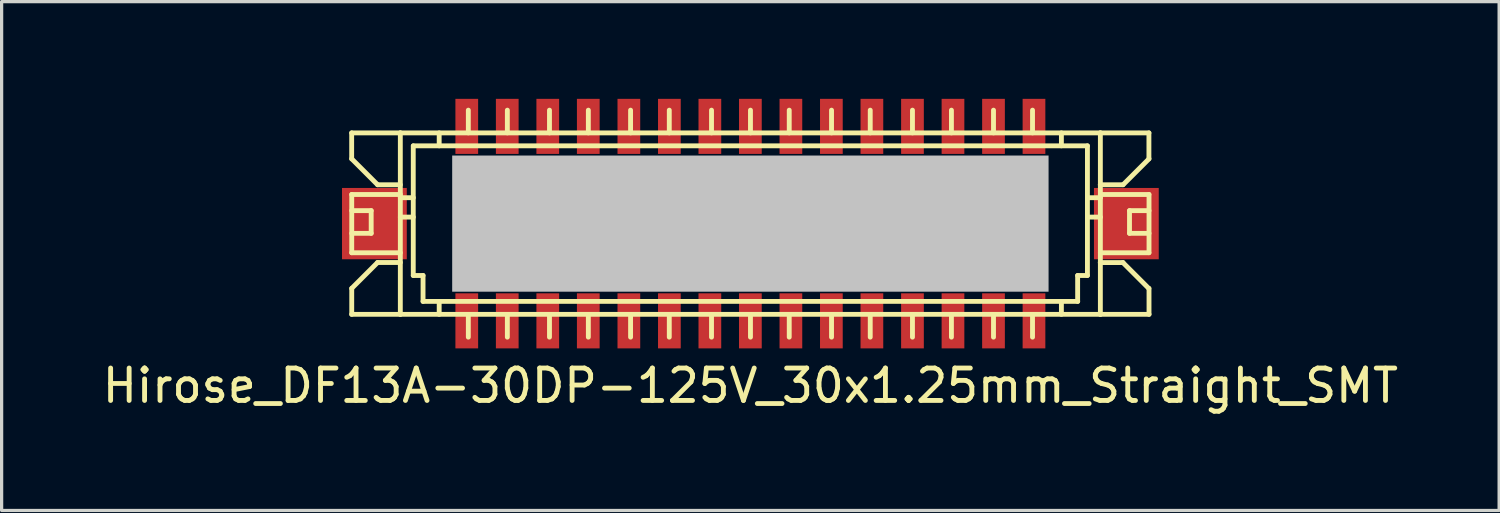
<source format=kicad_pcb>
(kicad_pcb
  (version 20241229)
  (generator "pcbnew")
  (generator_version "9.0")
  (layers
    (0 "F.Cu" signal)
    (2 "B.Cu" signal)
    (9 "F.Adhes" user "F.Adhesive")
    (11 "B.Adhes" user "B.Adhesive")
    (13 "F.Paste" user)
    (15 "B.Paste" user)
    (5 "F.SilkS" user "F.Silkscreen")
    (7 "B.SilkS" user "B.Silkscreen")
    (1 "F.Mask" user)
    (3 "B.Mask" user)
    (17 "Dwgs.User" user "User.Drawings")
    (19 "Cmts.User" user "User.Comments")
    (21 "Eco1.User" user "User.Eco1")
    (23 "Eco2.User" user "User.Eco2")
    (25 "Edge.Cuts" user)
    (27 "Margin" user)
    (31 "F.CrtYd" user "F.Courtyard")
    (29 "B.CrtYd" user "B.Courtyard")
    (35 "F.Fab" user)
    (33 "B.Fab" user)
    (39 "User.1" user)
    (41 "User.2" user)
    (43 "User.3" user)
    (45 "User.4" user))
  (footprint "Hirose_DF13A-30DP-125V_30x1.25mm_Straight_SMT"
    (layer "F.Cu")
    (at 20.101 3.849)
    (property "Reference" "Hirose_DF13A-30DP-125V_30x1.25mm_Straight_SMT" (at 0 5.001 0) (layer "F.SilkS") (effects (font (size 1 1) (thickness 0.15))))
    (attr smd)
    (fp_line (start -12.301 -2.799) (end -12.301 -1.999) (stroke (width 0.15) (type solid)) (layer "F.SilkS"))
    (fp_line (start -12.301 -1.999) (end -11.501 -1.199) (stroke (width 0.15) (type solid)) (layer "F.SilkS"))
    (fp_line (start -12.301 -0.899) (end -10.8 -0.899) (stroke (width 0.15) (type solid)) (layer "F.SilkS"))
    (fp_line (start -12.301 0.899) (end -10.8 0.899) (stroke (width 0.15) (type solid)) (layer "F.SilkS"))
    (fp_line (start -12.301 2.799) (end -10.8 2.799) (stroke (width 0.15) (type solid)) (layer "F.SilkS"))
    (fp_line (start -12.299 -0.401) (end -11.699 -0.401) (stroke (width 0.15) (type solid)) (layer "F.SilkS"))
    (fp_line (start -12.299 0.899) (end -12.299 -0.899) (stroke (width 0.15) (type solid)) (layer "F.SilkS"))
    (fp_line (start -12.299 2.799) (end -12.299 1.999) (stroke (width 0.15) (type solid)) (layer "F.SilkS"))
    (fp_line (start -11.699 -0.401) (end -11.699 0.3) (stroke (width 0.15) (type solid)) (layer "F.SilkS"))
    (fp_line (start -11.699 0.3) (end -12.299 0.3) (stroke (width 0.15) (type solid)) (layer "F.SilkS"))
    (fp_line (start -11.501 -1.199) (end -10.8 -1.199) (stroke (width 0.15) (type solid)) (layer "F.SilkS"))
    (fp_line (start -11.501 1.199) (end -12.301 1.999) (stroke (width 0.15) (type solid)) (layer "F.SilkS"))
    (fp_line (start -10.8 -2.799) (end -12.301 -2.799) (stroke (width 0.15) (type solid)) (layer "F.SilkS"))
    (fp_line (start -10.8 -2.799) (end -10.8 2.799) (stroke (width 0.15) (type solid)) (layer "F.SilkS"))
    (fp_line (start -10.8 -2.799) (end 10.8 -2.799) (stroke (width 0.15) (type solid)) (layer "F.SilkS"))
    (fp_line (start -10.8 -0.8) (end -10.399 -0.8) (stroke (width 0.15) (type solid)) (layer "F.SilkS"))
    (fp_line (start -10.8 -0.201) (end -10.399 -0.201) (stroke (width 0.15) (type solid)) (layer "F.SilkS"))
    (fp_line (start -10.8 1.199) (end -11.501 1.199) (stroke (width 0.15) (type solid)) (layer "F.SilkS"))
    (fp_line (start -10.401 1.6) (end -10.401 -2.4) (stroke (width 0.15) (type solid)) (layer "F.SilkS"))
    (fp_line (start -10.099 1.6) (end -10.401 1.6) (stroke (width 0.15) (type solid)) (layer "F.SilkS"))
    (fp_line (start -10.099 2.4) (end -10.099 1.6) (stroke (width 0.15) (type solid)) (layer "F.SilkS"))
    (fp_line (start -10.099 2.4) (end 10.099 2.4) (stroke (width 0.15) (type solid)) (layer "F.SilkS"))
    (fp_line (start -9.601 -2.799) (end -9.601 -2.4) (stroke (width 0.15) (type solid)) (layer "F.SilkS"))
    (fp_line (start -9.601 2.4) (end -9.601 2.799) (stroke (width 0.15) (type solid)) (layer "F.SilkS"))
    (fp_line (start -8.801 -0.701) (end -8.801 -0.5) (stroke (width 0.15) (type solid)) (layer "F.SilkS"))
    (fp_line (start -8.801 -0.5) (end -8.6 -0.5) (stroke (width 0.15) (type solid)) (layer "F.SilkS"))
    (fp_line (start -8.801 0.498) (end -8.801 0.699) (stroke (width 0.15) (type solid)) (layer "F.SilkS"))
    (fp_line (start -8.801 0.699) (end -8.6 0.699) (stroke (width 0.15) (type solid)) (layer "F.SilkS"))
    (fp_line (start -8.702 -3.5) (end -8.702 -2.799) (stroke (width 0.15) (type solid)) (layer "F.SilkS"))
    (fp_line (start -8.702 2.802) (end -8.702 3.503) (stroke (width 0.15) (type solid)) (layer "F.SilkS"))
    (fp_line (start -8.6 -0.701) (end -8.801 -0.701) (stroke (width 0.15) (type solid)) (layer "F.SilkS"))
    (fp_line (start -8.6 -0.5) (end -8.6 -0.701) (stroke (width 0.15) (type solid)) (layer "F.SilkS"))
    (fp_line (start -8.6 0.498) (end -8.801 0.498) (stroke (width 0.15) (type solid)) (layer "F.SilkS"))
    (fp_line (start -8.6 0.699) (end -8.6 0.498) (stroke (width 0.15) (type solid)) (layer "F.SilkS"))
    (fp_line (start -7.6 -0.699) (end -7.402 -0.699) (stroke (width 0.15) (type solid)) (layer "F.SilkS"))
    (fp_line (start -7.6 -0.5) (end -7.6 -0.699) (stroke (width 0.15) (type solid)) (layer "F.SilkS"))
    (fp_line (start -7.6 0.5) (end -7.402 0.5) (stroke (width 0.15) (type solid)) (layer "F.SilkS"))
    (fp_line (start -7.6 0.699) (end -7.6 0.5) (stroke (width 0.15) (type solid)) (layer "F.SilkS"))
    (fp_line (start -7.498 -3.5) (end -7.498 -2.799) (stroke (width 0.15) (type solid)) (layer "F.SilkS"))
    (fp_line (start -7.498 2.802) (end -7.498 3.503) (stroke (width 0.15) (type solid)) (layer "F.SilkS"))
    (fp_line (start -7.402 -0.699) (end -7.402 -0.5) (stroke (width 0.15) (type solid)) (layer "F.SilkS"))
    (fp_line (start -7.402 -0.5) (end -7.6 -0.5) (stroke (width 0.15) (type solid)) (layer "F.SilkS"))
    (fp_line (start -7.402 0.5) (end -7.402 0.699) (stroke (width 0.15) (type solid)) (layer "F.SilkS"))
    (fp_line (start -7.402 0.699) (end -7.6 0.699) (stroke (width 0.15) (type solid)) (layer "F.SilkS"))
    (fp_line (start -6.302 -0.699) (end -6.104 -0.699) (stroke (width 0.15) (type solid)) (layer "F.SilkS"))
    (fp_line (start -6.302 -0.5) (end -6.302 -0.699) (stroke (width 0.15) (type solid)) (layer "F.SilkS"))
    (fp_line (start -6.302 0.5) (end -6.104 0.5) (stroke (width 0.15) (type solid)) (layer "F.SilkS"))
    (fp_line (start -6.302 0.699) (end -6.302 0.5) (stroke (width 0.15) (type solid)) (layer "F.SilkS"))
    (fp_line (start -6.198 -3.5) (end -6.198 -2.799) (stroke (width 0.15) (type solid)) (layer "F.SilkS"))
    (fp_line (start -6.198 2.802) (end -6.198 3.503) (stroke (width 0.15) (type solid)) (layer "F.SilkS"))
    (fp_line (start -6.104 -0.699) (end -6.104 -0.5) (stroke (width 0.15) (type solid)) (layer "F.SilkS"))
    (fp_line (start -6.104 -0.5) (end -6.302 -0.5) (stroke (width 0.15) (type solid)) (layer "F.SilkS"))
    (fp_line (start -6.104 0.5) (end -6.104 0.699) (stroke (width 0.15) (type solid)) (layer "F.SilkS"))
    (fp_line (start -6.104 0.699) (end -6.302 0.699) (stroke (width 0.15) (type solid)) (layer "F.SilkS"))
    (fp_line (start -5.1 -0.699) (end -4.902 -0.699) (stroke (width 0.15) (type solid)) (layer "F.SilkS"))
    (fp_line (start -5.1 -0.5) (end -5.1 -0.699) (stroke (width 0.15) (type solid)) (layer "F.SilkS"))
    (fp_line (start -5.1 0.5) (end -4.902 0.5) (stroke (width 0.15) (type solid)) (layer "F.SilkS"))
    (fp_line (start -5.1 0.699) (end -5.1 0.5) (stroke (width 0.15) (type solid)) (layer "F.SilkS"))
    (fp_line (start -4.999 -3.5) (end -4.999 -2.799) (stroke (width 0.15) (type solid)) (layer "F.SilkS"))
    (fp_line (start -4.999 2.802) (end -4.999 3.503) (stroke (width 0.15) (type solid)) (layer "F.SilkS"))
    (fp_line (start -4.902 -0.699) (end -4.902 -0.5) (stroke (width 0.15) (type solid)) (layer "F.SilkS"))
    (fp_line (start -4.902 -0.5) (end -5.1 -0.5) (stroke (width 0.15) (type solid)) (layer "F.SilkS"))
    (fp_line (start -4.902 0.5) (end -4.902 0.699) (stroke (width 0.15) (type solid)) (layer "F.SilkS"))
    (fp_line (start -4.902 0.699) (end -5.1 0.699) (stroke (width 0.15) (type solid)) (layer "F.SilkS"))
    (fp_line (start -3.797 -0.701) (end -3.597 -0.701) (stroke (width 0.15) (type solid)) (layer "F.SilkS"))
    (fp_line (start -3.797 -0.5) (end -3.797 -0.701) (stroke (width 0.15) (type solid)) (layer "F.SilkS"))
    (fp_line (start -3.797 0.498) (end -3.597 0.498) (stroke (width 0.15) (type solid)) (layer "F.SilkS"))
    (fp_line (start -3.797 0.699) (end -3.797 0.498) (stroke (width 0.15) (type solid)) (layer "F.SilkS"))
    (fp_line (start -3.696 -3.5) (end -3.696 -2.799) (stroke (width 0.15) (type solid)) (layer "F.SilkS"))
    (fp_line (start -3.696 2.802) (end -3.696 3.503) (stroke (width 0.15) (type solid)) (layer "F.SilkS"))
    (fp_line (start -3.597 -0.701) (end -3.597 -0.5) (stroke (width 0.15) (type solid)) (layer "F.SilkS"))
    (fp_line (start -3.597 -0.5) (end -3.797 -0.5) (stroke (width 0.15) (type solid)) (layer "F.SilkS"))
    (fp_line (start -3.597 0.498) (end -3.597 0.699) (stroke (width 0.15) (type solid)) (layer "F.SilkS"))
    (fp_line (start -3.597 0.699) (end -3.797 0.699) (stroke (width 0.15) (type solid)) (layer "F.SilkS"))
    (fp_line (start -2.601 -0.704) (end -2.601 -0.503) (stroke (width 0.15) (type solid)) (layer "F.SilkS"))
    (fp_line (start -2.601 -0.503) (end -2.4 -0.503) (stroke (width 0.15) (type solid)) (layer "F.SilkS"))
    (fp_line (start -2.601 0.495) (end -2.601 0.696) (stroke (width 0.15) (type solid)) (layer "F.SilkS"))
    (fp_line (start -2.601 0.696) (end -2.4 0.696) (stroke (width 0.15) (type solid)) (layer "F.SilkS"))
    (fp_line (start -2.502 -3.5) (end -2.502 -2.799) (stroke (width 0.15) (type solid)) (layer "F.SilkS"))
    (fp_line (start -2.502 2.802) (end -2.502 3.503) (stroke (width 0.15) (type solid)) (layer "F.SilkS"))
    (fp_line (start -2.4 -0.704) (end -2.601 -0.704) (stroke (width 0.15) (type solid)) (layer "F.SilkS"))
    (fp_line (start -2.4 -0.503) (end -2.4 -0.704) (stroke (width 0.15) (type solid)) (layer "F.SilkS"))
    (fp_line (start -2.4 0.495) (end -2.601 0.495) (stroke (width 0.15) (type solid)) (layer "F.SilkS"))
    (fp_line (start -2.4 0.696) (end -2.4 0.495) (stroke (width 0.15) (type solid)) (layer "F.SilkS"))
    (fp_line (start -1.3 -0.701) (end -1.102 -0.701) (stroke (width 0.15) (type solid)) (layer "F.SilkS"))
    (fp_line (start -1.3 -0.503) (end -1.3 -0.701) (stroke (width 0.15) (type solid)) (layer "F.SilkS"))
    (fp_line (start -1.3 0.498) (end -1.102 0.498) (stroke (width 0.15) (type solid)) (layer "F.SilkS"))
    (fp_line (start -1.3 0.696) (end -1.3 0.498) (stroke (width 0.15) (type solid)) (layer "F.SilkS"))
    (fp_line (start -1.199 -3.5) (end -1.199 -2.799) (stroke (width 0.15) (type solid)) (layer "F.SilkS"))
    (fp_line (start -1.199 2.802) (end -1.199 3.503) (stroke (width 0.15) (type solid)) (layer "F.SilkS"))
    (fp_line (start -1.102 -0.701) (end -1.102 -0.503) (stroke (width 0.15) (type solid)) (layer "F.SilkS"))
    (fp_line (start -1.102 -0.503) (end -1.3 -0.503) (stroke (width 0.15) (type solid)) (layer "F.SilkS"))
    (fp_line (start -1.102 0.498) (end -1.102 0.696) (stroke (width 0.15) (type solid)) (layer "F.SilkS"))
    (fp_line (start -1.102 0.696) (end -1.3 0.696) (stroke (width 0.15) (type solid)) (layer "F.SilkS"))
    (fp_line (start -0.102 -0.701) (end 0.097 -0.701) (stroke (width 0.15) (type solid)) (layer "F.SilkS"))
    (fp_line (start -0.102 -0.503) (end -0.102 -0.701) (stroke (width 0.15) (type solid)) (layer "F.SilkS"))
    (fp_line (start -0.102 0.498) (end 0.097 0.498) (stroke (width 0.15) (type solid)) (layer "F.SilkS"))
    (fp_line (start -0.102 0.696) (end -0.102 0.498) (stroke (width 0.15) (type solid)) (layer "F.SilkS"))
    (fp_line (start 0.003 -3.5) (end 0.003 -2.799) (stroke (width 0.15) (type solid)) (layer "F.SilkS"))
    (fp_line (start 0.003 2.802) (end 0.003 3.503) (stroke (width 0.15) (type solid)) (layer "F.SilkS"))
    (fp_line (start 0.097 -0.701) (end 0.097 -0.503) (stroke (width 0.15) (type solid)) (layer "F.SilkS"))
    (fp_line (start 0.097 -0.503) (end -0.102 -0.503) (stroke (width 0.15) (type solid)) (layer "F.SilkS"))
    (fp_line (start 0.097 0.498) (end 0.097 0.696) (stroke (width 0.15) (type solid)) (layer "F.SilkS"))
    (fp_line (start 0.097 0.696) (end -0.102 0.696) (stroke (width 0.15) (type solid)) (layer "F.SilkS"))
    (fp_line (start 1.097 -0.701) (end 1.295 -0.701) (stroke (width 0.15) (type solid)) (layer "F.SilkS"))
    (fp_line (start 1.097 -0.503) (end 1.097 -0.701) (stroke (width 0.15) (type solid)) (layer "F.SilkS"))
    (fp_line (start 1.097 0.498) (end 1.295 0.498) (stroke (width 0.15) (type solid)) (layer "F.SilkS"))
    (fp_line (start 1.097 0.696) (end 1.097 0.498) (stroke (width 0.15) (type solid)) (layer "F.SilkS"))
    (fp_line (start 1.199 -3.5) (end 1.199 -2.799) (stroke (width 0.15) (type solid)) (layer "F.SilkS"))
    (fp_line (start 1.199 2.802) (end 1.199 3.503) (stroke (width 0.15) (type solid)) (layer "F.SilkS"))
    (fp_line (start 1.295 -0.701) (end 1.295 -0.503) (stroke (width 0.15) (type solid)) (layer "F.SilkS"))
    (fp_line (start 1.295 -0.503) (end 1.097 -0.503) (stroke (width 0.15) (type solid)) (layer "F.SilkS"))
    (fp_line (start 1.295 0.498) (end 1.295 0.696) (stroke (width 0.15) (type solid)) (layer "F.SilkS"))
    (fp_line (start 1.295 0.696) (end 1.097 0.696) (stroke (width 0.15) (type solid)) (layer "F.SilkS"))
    (fp_line (start 2.4 -0.704) (end 2.601 -0.704) (stroke (width 0.15) (type solid)) (layer "F.SilkS"))
    (fp_line (start 2.4 -0.503) (end 2.4 -0.704) (stroke (width 0.15) (type solid)) (layer "F.SilkS"))
    (fp_line (start 2.4 0.495) (end 2.601 0.495) (stroke (width 0.15) (type solid)) (layer "F.SilkS"))
    (fp_line (start 2.4 0.696) (end 2.4 0.495) (stroke (width 0.15) (type solid)) (layer "F.SilkS"))
    (fp_line (start 2.504 -3.5) (end 2.504 -2.799) (stroke (width 0.15) (type solid)) (layer "F.SilkS"))
    (fp_line (start 2.504 2.802) (end 2.504 3.503) (stroke (width 0.15) (type solid)) (layer "F.SilkS"))
    (fp_line (start 2.601 -0.704) (end 2.601 -0.503) (stroke (width 0.15) (type solid)) (layer "F.SilkS"))
    (fp_line (start 2.601 -0.503) (end 2.4 -0.503) (stroke (width 0.15) (type solid)) (layer "F.SilkS"))
    (fp_line (start 2.601 0.495) (end 2.601 0.696) (stroke (width 0.15) (type solid)) (layer "F.SilkS"))
    (fp_line (start 2.601 0.696) (end 2.4 0.696) (stroke (width 0.15) (type solid)) (layer "F.SilkS"))
    (fp_line (start 3.599 -0.704) (end 3.599 -0.503) (stroke (width 0.15) (type solid)) (layer "F.SilkS"))
    (fp_line (start 3.599 -0.503) (end 3.8 -0.503) (stroke (width 0.15) (type solid)) (layer "F.SilkS"))
    (fp_line (start 3.599 0.495) (end 3.599 0.696) (stroke (width 0.15) (type solid)) (layer "F.SilkS"))
    (fp_line (start 3.599 0.696) (end 3.8 0.696) (stroke (width 0.15) (type solid)) (layer "F.SilkS"))
    (fp_line (start 3.698 -3.5) (end 3.698 -2.799) (stroke (width 0.15) (type solid)) (layer "F.SilkS"))
    (fp_line (start 3.698 2.802) (end 3.698 3.503) (stroke (width 0.15) (type solid)) (layer "F.SilkS"))
    (fp_line (start 3.8 -0.704) (end 3.599 -0.704) (stroke (width 0.15) (type solid)) (layer "F.SilkS"))
    (fp_line (start 3.8 -0.503) (end 3.8 -0.704) (stroke (width 0.15) (type solid)) (layer "F.SilkS"))
    (fp_line (start 3.8 0.495) (end 3.599 0.495) (stroke (width 0.15) (type solid)) (layer "F.SilkS"))
    (fp_line (start 3.8 0.696) (end 3.8 0.495) (stroke (width 0.15) (type solid)) (layer "F.SilkS"))
    (fp_line (start 4.9 -0.701) (end 5.098 -0.701) (stroke (width 0.15) (type solid)) (layer "F.SilkS"))
    (fp_line (start 4.9 -0.503) (end 4.9 -0.701) (stroke (width 0.15) (type solid)) (layer "F.SilkS"))
    (fp_line (start 4.9 0.498) (end 5.098 0.498) (stroke (width 0.15) (type solid)) (layer "F.SilkS"))
    (fp_line (start 4.9 0.696) (end 4.9 0.498) (stroke (width 0.15) (type solid)) (layer "F.SilkS"))
    (fp_line (start 5.001 -3.5) (end 5.001 -2.799) (stroke (width 0.15) (type solid)) (layer "F.SilkS"))
    (fp_line (start 5.001 2.802) (end 5.001 3.503) (stroke (width 0.15) (type solid)) (layer "F.SilkS"))
    (fp_line (start 5.098 -0.701) (end 5.098 -0.503) (stroke (width 0.15) (type solid)) (layer "F.SilkS"))
    (fp_line (start 5.098 -0.503) (end 4.9 -0.503) (stroke (width 0.15) (type solid)) (layer "F.SilkS"))
    (fp_line (start 5.098 0.498) (end 5.098 0.696) (stroke (width 0.15) (type solid)) (layer "F.SilkS"))
    (fp_line (start 5.098 0.696) (end 4.9 0.696) (stroke (width 0.15) (type solid)) (layer "F.SilkS"))
    (fp_line (start 6.099 -0.701) (end 6.297 -0.701) (stroke (width 0.15) (type solid)) (layer "F.SilkS"))
    (fp_line (start 6.099 -0.503) (end 6.099 -0.701) (stroke (width 0.15) (type solid)) (layer "F.SilkS"))
    (fp_line (start 6.099 0.498) (end 6.297 0.498) (stroke (width 0.15) (type solid)) (layer "F.SilkS"))
    (fp_line (start 6.099 0.696) (end 6.099 0.498) (stroke (width 0.15) (type solid)) (layer "F.SilkS"))
    (fp_line (start 6.203 -3.5) (end 6.203 -2.799) (stroke (width 0.15) (type solid)) (layer "F.SilkS"))
    (fp_line (start 6.203 2.802) (end 6.203 3.503) (stroke (width 0.15) (type solid)) (layer "F.SilkS"))
    (fp_line (start 6.297 -0.701) (end 6.297 -0.503) (stroke (width 0.15) (type solid)) (layer "F.SilkS"))
    (fp_line (start 6.297 -0.503) (end 6.099 -0.503) (stroke (width 0.15) (type solid)) (layer "F.SilkS"))
    (fp_line (start 6.297 0.498) (end 6.297 0.696) (stroke (width 0.15) (type solid)) (layer "F.SilkS"))
    (fp_line (start 6.297 0.696) (end 6.099 0.696) (stroke (width 0.15) (type solid)) (layer "F.SilkS"))
    (fp_line (start 7.396 -0.701) (end 7.595 -0.701) (stroke (width 0.15) (type solid)) (layer "F.SilkS"))
    (fp_line (start 7.396 -0.503) (end 7.396 -0.701) (stroke (width 0.15) (type solid)) (layer "F.SilkS"))
    (fp_line (start 7.396 0.498) (end 7.595 0.498) (stroke (width 0.15) (type solid)) (layer "F.SilkS"))
    (fp_line (start 7.396 0.696) (end 7.396 0.498) (stroke (width 0.15) (type solid)) (layer "F.SilkS"))
    (fp_line (start 7.501 -3.5) (end 7.501 -2.799) (stroke (width 0.15) (type solid)) (layer "F.SilkS"))
    (fp_line (start 7.501 2.802) (end 7.501 3.503) (stroke (width 0.15) (type solid)) (layer "F.SilkS"))
    (fp_line (start 7.595 -0.701) (end 7.595 -0.503) (stroke (width 0.15) (type solid)) (layer "F.SilkS"))
    (fp_line (start 7.595 -0.503) (end 7.396 -0.503) (stroke (width 0.15) (type solid)) (layer "F.SilkS"))
    (fp_line (start 7.595 0.498) (end 7.595 0.696) (stroke (width 0.15) (type solid)) (layer "F.SilkS"))
    (fp_line (start 7.595 0.696) (end 7.396 0.696) (stroke (width 0.15) (type solid)) (layer "F.SilkS"))
    (fp_line (start 8.6 -0.704) (end 8.801 -0.704) (stroke (width 0.15) (type solid)) (layer "F.SilkS"))
    (fp_line (start 8.6 -0.503) (end 8.6 -0.704) (stroke (width 0.15) (type solid)) (layer "F.SilkS"))
    (fp_line (start 8.6 0.495) (end 8.801 0.495) (stroke (width 0.15) (type solid)) (layer "F.SilkS"))
    (fp_line (start 8.6 0.696) (end 8.6 0.495) (stroke (width 0.15) (type solid)) (layer "F.SilkS"))
    (fp_line (start 8.705 -3.5) (end 8.705 -2.799) (stroke (width 0.15) (type solid)) (layer "F.SilkS"))
    (fp_line (start 8.705 2.802) (end 8.705 3.503) (stroke (width 0.15) (type solid)) (layer "F.SilkS"))
    (fp_line (start 8.801 -0.704) (end 8.801 -0.503) (stroke (width 0.15) (type solid)) (layer "F.SilkS"))
    (fp_line (start 8.801 -0.503) (end 8.6 -0.503) (stroke (width 0.15) (type solid)) (layer "F.SilkS"))
    (fp_line (start 8.801 0.495) (end 8.801 0.696) (stroke (width 0.15) (type solid)) (layer "F.SilkS"))
    (fp_line (start 8.801 0.696) (end 8.6 0.696) (stroke (width 0.15) (type solid)) (layer "F.SilkS"))
    (fp_line (start 9.596 -2.799) (end 9.596 -2.4) (stroke (width 0.15) (type solid)) (layer "F.SilkS"))
    (fp_line (start 9.596 2.4) (end 9.596 2.799) (stroke (width 0.15) (type solid)) (layer "F.SilkS"))
    (fp_line (start 10.097 1.6) (end 10.097 2.4) (stroke (width 0.15) (type solid)) (layer "F.SilkS"))
    (fp_line (start 10.399 -2.4) (end -10.399 -2.4) (stroke (width 0.15) (type solid)) (layer "F.SilkS"))
    (fp_line (start 10.399 -2.4) (end 10.399 1.6) (stroke (width 0.15) (type solid)) (layer "F.SilkS"))
    (fp_line (start 10.399 -0.201) (end 10.8 -0.201) (stroke (width 0.15) (type solid)) (layer "F.SilkS"))
    (fp_line (start 10.399 1.6) (end 10.097 1.6) (stroke (width 0.15) (type solid)) (layer "F.SilkS"))
    (fp_line (start 10.795 -1.199) (end 11.496 -1.199) (stroke (width 0.15) (type solid)) (layer "F.SilkS"))
    (fp_line (start 10.795 1.201) (end 11.496 1.201) (stroke (width 0.15) (type solid)) (layer "F.SilkS"))
    (fp_line (start 10.798 2.799) (end 10.798 -2.799) (stroke (width 0.15) (type solid)) (layer "F.SilkS"))
    (fp_line (start 10.798 2.799) (end 12.299 2.799) (stroke (width 0.15) (type solid)) (layer "F.SilkS"))
    (fp_line (start 10.8 -0.8) (end 10.399 -0.8) (stroke (width 0.15) (type solid)) (layer "F.SilkS"))
    (fp_line (start 10.8 2.799) (end -10.8 2.799) (stroke (width 0.15) (type solid)) (layer "F.SilkS"))
    (fp_line (start 11.493 1.201) (end 12.294 2.002) (stroke (width 0.15) (type solid)) (layer "F.SilkS"))
    (fp_line (start 11.499 -1.199) (end 12.299 -1.999) (stroke (width 0.15) (type solid)) (layer "F.SilkS"))
    (fp_line (start 11.697 -0.401) (end 11.697 0.3) (stroke (width 0.15) (type solid)) (layer "F.SilkS"))
    (fp_line (start 11.699 -0.401) (end 12.299 -0.401) (stroke (width 0.15) (type solid)) (layer "F.SilkS"))
    (fp_line (start 11.699 0.3) (end 12.299 0.3) (stroke (width 0.15) (type solid)) (layer "F.SilkS"))
    (fp_line (start 12.296 -2.799) (end 10.795 -2.799) (stroke (width 0.15) (type solid)) (layer "F.SilkS"))
    (fp_line (start 12.296 -2.799) (end 12.296 -1.999) (stroke (width 0.15) (type solid)) (layer "F.SilkS"))
    (fp_line (start 12.296 -0.899) (end 10.798 -0.899) (stroke (width 0.15) (type solid)) (layer "F.SilkS"))
    (fp_line (start 12.296 0.899) (end 10.798 0.899) (stroke (width 0.15) (type solid)) (layer "F.SilkS"))
    (fp_line (start 12.299 -0.899) (end 12.299 0.899) (stroke (width 0.15) (type solid)) (layer "F.SilkS"))
    (fp_line (start 12.299 2.799) (end 12.299 1.999) (stroke (width 0.15) (type solid)) (layer "F.SilkS"))
    (pad "" smd rect (at -11.6 0) (size 1.999 2.2) (layers "F.Cu" "F.Mask" "F.Paste"))
    (pad "" smd rect (at 0 0) (size 18.4 4.201) (layers "Dwgs.User"))
    (pad "" smd rect (at 11.6 0) (size 1.999 2.2) (layers "F.Cu" "F.Mask" "F.Paste"))
    (pad "1" smd rect (at -8.75 -3) (size 0.701 1.699) (layers "F.Cu" "F.Mask" "F.Paste"))
    (pad "2" smd rect (at -8.75 3) (size 0.701 1.699) (layers "F.Cu" "F.Mask" "F.Paste"))
    (pad "3" smd rect (at -7.501 -3) (size 0.701 1.699) (layers "F.Cu" "F.Mask" "F.Paste"))
    (pad "4" smd rect (at -7.501 3) (size 0.701 1.699) (layers "F.Cu" "F.Mask" "F.Paste"))
    (pad "5" smd rect (at -6.251 -3) (size 0.701 1.699) (layers "F.Cu" "F.Mask" "F.Paste"))
    (pad "6" smd rect (at -6.251 3) (size 0.701 1.699) (layers "F.Cu" "F.Mask" "F.Paste"))
    (pad "7" smd rect (at -5.001 -3) (size 0.701 1.699) (layers "F.Cu" "F.Mask" "F.Paste"))
    (pad "8" smd rect (at -5.001 3) (size 0.701 1.699) (layers "F.Cu" "F.Mask" "F.Paste"))
    (pad "9" smd rect (at -3.749 -3) (size 0.701 1.699) (layers "F.Cu" "F.Mask" "F.Paste"))
    (pad "10" smd rect (at -3.749 3) (size 0.701 1.699) (layers "F.Cu" "F.Mask" "F.Paste"))
    (pad "11" smd rect (at -2.499 -3) (size 0.701 1.699) (layers "F.Cu" "F.Mask" "F.Paste"))
    (pad "12" smd rect (at -2.499 3) (size 0.701 1.699) (layers "F.Cu" "F.Mask" "F.Paste"))
    (pad "13" smd rect (at -1.25 -3) (size 0.701 1.699) (layers "F.Cu" "F.Mask" "F.Paste"))
    (pad "14" smd rect (at -1.25 3) (size 0.701 1.699) (layers "F.Cu" "F.Mask" "F.Paste"))
    (pad "15" smd rect (at 0 -3) (size 0.701 1.699) (layers "F.Cu" "F.Mask" "F.Paste"))
    (pad "16" smd rect (at 0 3) (size 0.701 1.699) (layers "F.Cu" "F.Mask" "F.Paste"))
    (pad "17" smd rect (at 1.25 -3) (size 0.701 1.699) (layers "F.Cu" "F.Mask" "F.Paste"))
    (pad "18" smd rect (at 1.25 3) (size 0.701 1.699) (layers "F.Cu" "F.Mask" "F.Paste"))
    (pad "19" smd rect (at 2.499 -3) (size 0.701 1.699) (layers "F.Cu" "F.Mask" "F.Paste"))
    (pad "20" smd rect (at 2.499 3) (size 0.701 1.699) (layers "F.Cu" "F.Mask" "F.Paste"))
    (pad "21" smd rect (at 3.749 -3) (size 0.701 1.699) (layers "F.Cu" "F.Mask" "F.Paste"))
    (pad "22" smd rect (at 3.749 3) (size 0.701 1.699) (layers "F.Cu" "F.Mask" "F.Paste"))
    (pad "23" smd rect (at 5.001 -3) (size 0.701 1.699) (layers "F.Cu" "F.Mask" "F.Paste"))
    (pad "24" smd rect (at 5.001 3) (size 0.701 1.699) (layers "F.Cu" "F.Mask" "F.Paste"))
    (pad "25" smd rect (at 6.251 -3) (size 0.701 1.699) (layers "F.Cu" "F.Mask" "F.Paste"))
    (pad "26" smd rect (at 6.251 3) (size 0.701 1.699) (layers "F.Cu" "F.Mask" "F.Paste"))
    (pad "27" smd rect (at 7.501 -3) (size 0.701 1.699) (layers "F.Cu" "F.Mask" "F.Paste"))
    (pad "28" smd rect (at 7.501 3) (size 0.701 1.699) (layers "F.Cu" "F.Mask" "F.Paste"))
    (pad "29" smd rect (at 8.75 -3) (size 0.701 1.699) (layers "F.Cu" "F.Mask" "F.Paste"))
    (pad "30" smd rect (at 8.75 3) (size 0.701 1.699) (layers "F.Cu" "F.Mask" "F.Paste")))
  (gr_rect
    (start -3 -3)
    (end 43.202 12.699)
    (stroke (width 0.1) (type default))
    (fill no)
    (layer "Edge.Cuts")))
</source>
